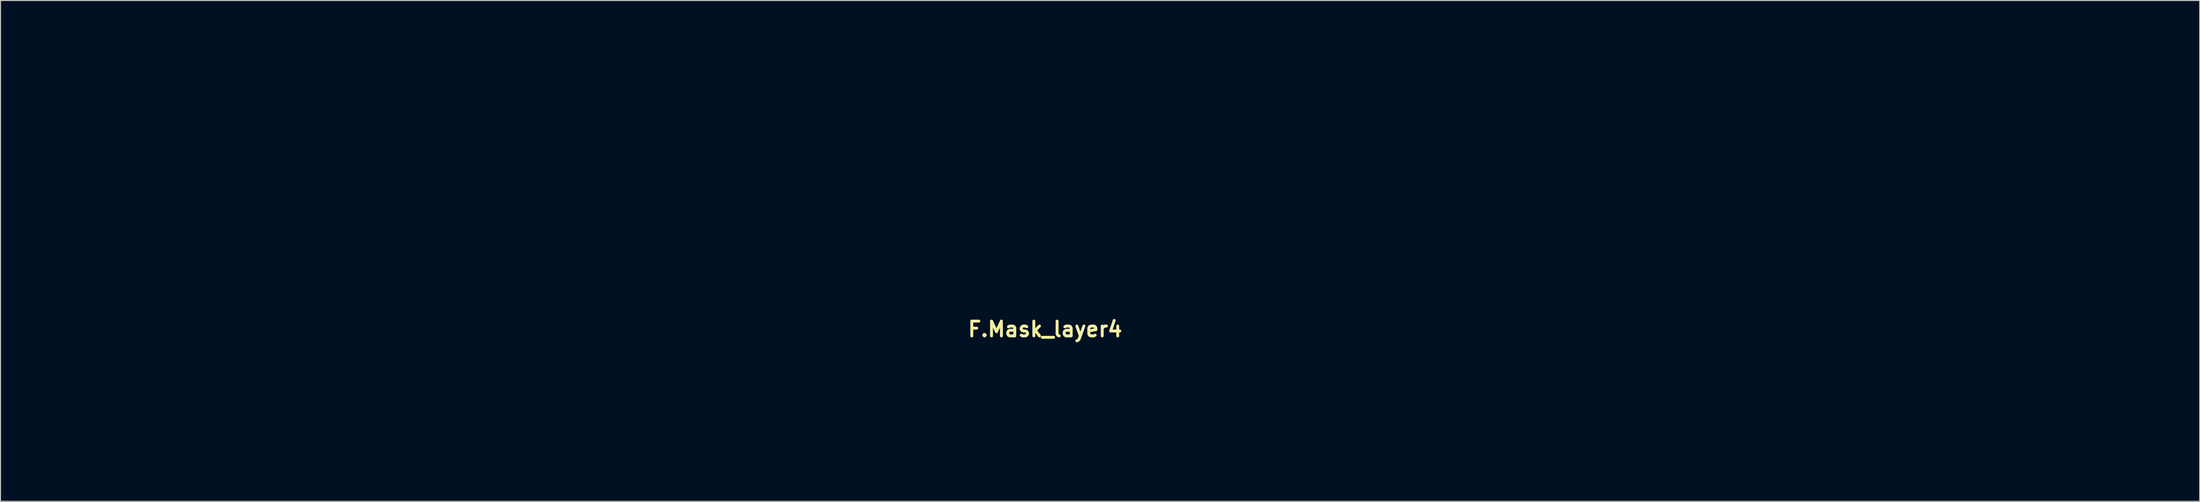
<source format=kicad_pcb>
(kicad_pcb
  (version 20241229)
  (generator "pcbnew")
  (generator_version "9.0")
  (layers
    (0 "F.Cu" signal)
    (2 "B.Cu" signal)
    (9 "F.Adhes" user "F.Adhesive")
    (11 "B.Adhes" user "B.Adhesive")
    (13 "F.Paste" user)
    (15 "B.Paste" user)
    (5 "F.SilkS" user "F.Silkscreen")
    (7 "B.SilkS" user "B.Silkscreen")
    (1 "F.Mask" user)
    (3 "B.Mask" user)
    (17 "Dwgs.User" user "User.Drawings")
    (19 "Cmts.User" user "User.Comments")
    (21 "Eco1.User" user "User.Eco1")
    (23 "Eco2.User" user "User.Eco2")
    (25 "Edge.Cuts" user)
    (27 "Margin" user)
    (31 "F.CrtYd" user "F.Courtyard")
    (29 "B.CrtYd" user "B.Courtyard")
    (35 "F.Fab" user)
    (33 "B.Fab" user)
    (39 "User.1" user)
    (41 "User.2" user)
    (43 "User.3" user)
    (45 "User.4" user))
  (footprint "F.Mask_layer4"
    (layer "F.Cu")
    (at 104.545 30.886)
    (property "Reference" "F.Mask_layer4" (at 0 0 0) (layer "F.SilkS") (effects (font (size 1.524 1.524) (thickness 0.3))))
    (attr through_hole)
    (fp_poly (pts (xy -7.574 13.698) (xy -7.453 13.754) (xy -7.349 13.838) (xy -7.269 13.947) (xy -7.218 14.08) (xy -7.216 14.086) (xy -7.203 14.23) (xy -7.227 14.363) (xy -7.282 14.482) (xy -7.365 14.583) (xy -7.468 14.661) (xy -7.588 14.713) (xy -7.72 14.734) (xy -7.857 14.721) (xy -7.971 14.682) (xy -8.089 14.605) (xy -8.179 14.504) (xy -8.239 14.385) (xy -8.268 14.256) (xy -8.265 14.123) (xy -8.23 13.993) (xy -8.161 13.874) (xy -8.087 13.796) (xy -7.967 13.719) (xy -7.837 13.678) (xy -7.704 13.672) (xy -7.574 13.698)) (stroke (width 0.01) (type solid)) (fill yes) (layer "F.Mask"))
    (fp_poly (pts (xy -5.082 13.67) (xy -4.966 13.711) (xy -4.861 13.778) (xy -4.774 13.867) (xy -4.709 13.975) (xy -4.671 14.099) (xy -4.664 14.236) (xy -4.687 14.36) (xy -4.744 14.484) (xy -4.832 14.588) (xy -4.943 14.666) (xy -5.069 14.716) (xy -5.204 14.732) (xy -5.334 14.712) (xy -5.471 14.651) (xy -5.58 14.564) (xy -5.661 14.456) (xy -5.711 14.333) (xy -5.73 14.203) (xy -5.714 14.07) (xy -5.664 13.943) (xy -5.576 13.825) (xy -5.57 13.819) (xy -5.454 13.729) (xy -5.331 13.676) (xy -5.206 13.657) (xy -5.082 13.67)) (stroke (width 0.01) (type solid)) (fill yes) (layer "F.Mask"))
    (fp_poly (pts (xy -6.341 12.405) (xy -6.216 12.452) (xy -6.106 12.529) (xy -6.017 12.635) (xy -5.978 12.711) (xy -5.949 12.823) (xy -5.943 12.951) (xy -5.961 13.075) (xy -5.989 13.152) (xy -6.07 13.273) (xy -6.177 13.367) (xy -6.305 13.428) (xy -6.445 13.455) (xy -6.589 13.443) (xy -6.597 13.442) (xy -6.731 13.39) (xy -6.84 13.31) (xy -6.923 13.206) (xy -6.978 13.087) (xy -7.003 12.957) (xy -6.996 12.825) (xy -6.956 12.696) (xy -6.88 12.576) (xy -6.846 12.538) (xy -6.733 12.453) (xy -6.607 12.404) (xy -6.474 12.388) (xy -6.341 12.405)) (stroke (width 0.01) (type solid)) (fill yes) (layer "F.Mask"))
    (fp_poly (pts (xy -88.504 -8.431) (xy -88.366 -8.379) (xy -88.245 -8.297) (xy -88.146 -8.187) (xy -88.076 -8.051) (xy -88.064 -8.015) (xy -88.035 -7.853) (xy -88.045 -7.696) (xy -88.092 -7.551) (xy -88.172 -7.422) (xy -88.284 -7.316) (xy -88.374 -7.262) (xy -88.521 -7.21) (xy -88.676 -7.193) (xy -88.829 -7.211) (xy -88.934 -7.247) (xy -89.067 -7.33) (xy -89.171 -7.436) (xy -89.244 -7.56) (xy -89.287 -7.695) (xy -89.3 -7.835) (xy -89.283 -7.974) (xy -89.234 -8.107) (xy -89.155 -8.227) (xy -89.046 -8.328) (xy -88.955 -8.383) (xy -88.804 -8.436) (xy -88.652 -8.451) (xy -88.504 -8.431)) (stroke (width 0.01) (type solid)) (fill yes) (layer "F.Mask"))
    (fp_poly (pts (xy -103.748 -8.433) (xy -103.613 -8.382) (xy -103.495 -8.303) (xy -103.397 -8.199) (xy -103.325 -8.074) (xy -103.283 -7.931) (xy -103.277 -7.773) (xy -103.278 -7.767) (xy -103.292 -7.679) (xy -103.317 -7.589) (xy -103.331 -7.552) (xy -103.409 -7.424) (xy -103.516 -7.322) (xy -103.644 -7.248) (xy -103.787 -7.205) (xy -103.938 -7.194) (xy -104.09 -7.219) (xy -104.201 -7.262) (xy -104.33 -7.348) (xy -104.428 -7.457) (xy -104.496 -7.582) (xy -104.533 -7.718) (xy -104.54 -7.859) (xy -104.516 -7.998) (xy -104.462 -8.13) (xy -104.377 -8.247) (xy -104.262 -8.344) (xy -104.195 -8.383) (xy -104.044 -8.436) (xy -103.893 -8.452) (xy -103.748 -8.433)) (stroke (width 0.01) (type solid)) (fill yes) (layer "F.Mask"))
    (fp_poly (pts (xy -103.737 -13.509) (xy -103.606 -13.458) (xy -103.49 -13.379) (xy -103.393 -13.274) (xy -103.32 -13.142) (xy -103.301 -13.084) (xy -103.275 -12.926) (xy -103.289 -12.771) (xy -103.339 -12.625) (xy -103.422 -12.496) (xy -103.535 -12.39) (xy -103.641 -12.327) (xy -103.771 -12.287) (xy -103.916 -12.274) (xy -104.061 -12.29) (xy -104.174 -12.327) (xy -104.315 -12.413) (xy -104.42 -12.521) (xy -104.491 -12.654) (xy -104.526 -12.811) (xy -104.531 -12.903) (xy -104.529 -12.997) (xy -104.52 -13.067) (xy -104.5 -13.129) (xy -104.468 -13.198) (xy -104.381 -13.326) (xy -104.273 -13.423) (xy -104.148 -13.489) (xy -104.013 -13.525) (xy -103.874 -13.531) (xy -103.737 -13.509)) (stroke (width 0.01) (type solid)) (fill yes) (layer "F.Mask"))
    (fp_poly (pts (xy -103.718 -16.047) (xy -103.585 -15.991) (xy -103.467 -15.903) (xy -103.382 -15.801) (xy -103.311 -15.658) (xy -103.278 -15.509) (xy -103.281 -15.358) (xy -103.318 -15.213) (xy -103.388 -15.081) (xy -103.489 -14.967) (xy -103.618 -14.878) (xy -103.641 -14.867) (xy -103.771 -14.827) (xy -103.916 -14.814) (xy -104.061 -14.83) (xy -104.174 -14.867) (xy -104.315 -14.953) (xy -104.42 -15.061) (xy -104.491 -15.194) (xy -104.526 -15.351) (xy -104.531 -15.443) (xy -104.529 -15.537) (xy -104.52 -15.607) (xy -104.5 -15.669) (xy -104.468 -15.738) (xy -104.381 -15.865) (xy -104.271 -15.962) (xy -104.143 -16.029) (xy -104.004 -16.066) (xy -103.86 -16.072) (xy -103.718 -16.047)) (stroke (width 0.01) (type solid)) (fill yes) (layer "F.Mask"))
    (fp_poly (pts (xy -103.747 -10.973) (xy -103.613 -10.922) (xy -103.494 -10.843) (xy -103.397 -10.738) (xy -103.325 -10.613) (xy -103.283 -10.469) (xy -103.278 -10.309) (xy -103.278 -10.305) (xy -103.313 -10.145) (xy -103.384 -10.004) (xy -103.488 -9.886) (xy -103.622 -9.796) (xy -103.64 -9.787) (xy -103.72 -9.757) (xy -103.802 -9.741) (xy -103.907 -9.737) (xy -104.013 -9.742) (xy -104.095 -9.757) (xy -104.174 -9.787) (xy -104.307 -9.87) (xy -104.411 -9.976) (xy -104.484 -10.1) (xy -104.527 -10.235) (xy -104.54 -10.375) (xy -104.523 -10.514) (xy -104.474 -10.647) (xy -104.395 -10.767) (xy -104.286 -10.868) (xy -104.195 -10.923) (xy -104.043 -10.976) (xy -103.892 -10.992) (xy -103.747 -10.973)) (stroke (width 0.01) (type solid)) (fill yes) (layer "F.Mask"))
    (fp_poly (pts (xy -88.551 -16.063) (xy -88.413 -16.022) (xy -88.287 -15.95) (xy -88.18 -15.849) (xy -88.107 -15.738) (xy -88.073 -15.666) (xy -88.054 -15.604) (xy -88.045 -15.533) (xy -88.043 -15.443) (xy -88.056 -15.288) (xy -88.097 -15.158) (xy -88.171 -15.044) (xy -88.218 -14.992) (xy -88.337 -14.902) (xy -88.476 -14.842) (xy -88.627 -14.815) (xy -88.78 -14.821) (xy -88.923 -14.863) (xy -88.933 -14.867) (xy -89.067 -14.951) (xy -89.172 -15.061) (xy -89.247 -15.191) (xy -89.29 -15.335) (xy -89.298 -15.485) (xy -89.271 -15.635) (xy -89.206 -15.779) (xy -89.192 -15.801) (xy -89.092 -15.917) (xy -88.971 -16) (xy -88.837 -16.052) (xy -88.695 -16.073) (xy -88.551 -16.063)) (stroke (width 0.01) (type solid)) (fill yes) (layer "F.Mask"))
    (fp_poly (pts (xy -88.508 -10.973) (xy -88.373 -10.922) (xy -88.255 -10.843) (xy -88.157 -10.739) (xy -88.085 -10.614) (xy -88.043 -10.471) (xy -88.037 -10.313) (xy -88.038 -10.307) (xy -88.072 -10.145) (xy -88.143 -10.004) (xy -88.247 -9.886) (xy -88.382 -9.796) (xy -88.4 -9.787) (xy -88.48 -9.757) (xy -88.562 -9.741) (xy -88.667 -9.737) (xy -88.773 -9.742) (xy -88.855 -9.757) (xy -88.934 -9.787) (xy -89.067 -9.87) (xy -89.171 -9.976) (xy -89.244 -10.1) (xy -89.287 -10.235) (xy -89.3 -10.375) (xy -89.283 -10.514) (xy -89.234 -10.647) (xy -89.155 -10.767) (xy -89.046 -10.868) (xy -88.955 -10.923) (xy -88.804 -10.976) (xy -88.653 -10.992) (xy -88.508 -10.973)) (stroke (width 0.01) (type solid)) (fill yes) (layer "F.Mask"))
    (fp_poly (pts (xy -88.506 -13.513) (xy -88.372 -13.462) (xy -88.253 -13.383) (xy -88.156 -13.279) (xy -88.084 -13.153) (xy -88.043 -13.009) (xy -88.038 -12.851) (xy -88.038 -12.847) (xy -88.072 -12.685) (xy -88.143 -12.544) (xy -88.247 -12.426) (xy -88.382 -12.336) (xy -88.4 -12.327) (xy -88.48 -12.297) (xy -88.562 -12.281) (xy -88.667 -12.277) (xy -88.773 -12.282) (xy -88.855 -12.297) (xy -88.934 -12.327) (xy -89.068 -12.41) (xy -89.171 -12.517) (xy -89.244 -12.64) (xy -89.287 -12.775) (xy -89.3 -12.916) (xy -89.282 -13.055) (xy -89.233 -13.188) (xy -89.154 -13.308) (xy -89.043 -13.41) (xy -88.953 -13.464) (xy -88.801 -13.517) (xy -88.651 -13.533) (xy -88.506 -13.513)) (stroke (width 0.01) (type solid)) (fill yes) (layer "F.Mask"))
    (fp_poly (pts (xy -103.741 -26.213) (xy -103.594 -26.158) (xy -103.47 -26.069) (xy -103.372 -25.946) (xy -103.342 -25.892) (xy -103.298 -25.764) (xy -103.279 -25.622) (xy -103.287 -25.481) (xy -103.321 -25.356) (xy -103.331 -25.334) (xy -103.407 -25.217) (xy -103.508 -25.112) (xy -103.621 -25.035) (xy -103.621 -25.034) (xy -103.692 -25.01) (xy -103.789 -24.992) (xy -103.897 -24.982) (xy -103.999 -24.981) (xy -104.081 -24.991) (xy -104.098 -24.995) (xy -104.242 -25.063) (xy -104.361 -25.161) (xy -104.452 -25.283) (xy -104.513 -25.422) (xy -104.539 -25.572) (xy -104.529 -25.727) (xy -104.499 -25.832) (xy -104.424 -25.976) (xy -104.32 -26.091) (xy -104.191 -26.173) (xy -104.04 -26.221) (xy -103.907 -26.232) (xy -103.741 -26.213)) (stroke (width 0.01) (type solid)) (fill yes) (layer "F.Mask"))
    (fp_poly (pts (xy 78.769 -11.916) (xy 78.926 -11.879) (xy 79.068 -11.81) (xy 79.186 -11.711) (xy 79.273 -11.603) (xy 79.328 -11.495) (xy 79.356 -11.374) (xy 79.364 -11.239) (xy 79.361 -11.132) (xy 79.349 -11.051) (xy 79.328 -10.982) (xy 79.318 -10.961) (xy 79.231 -10.819) (xy 79.115 -10.705) (xy 78.976 -10.62) (xy 78.821 -10.569) (xy 78.656 -10.555) (xy 78.565 -10.564) (xy 78.41 -10.609) (xy 78.275 -10.687) (xy 78.163 -10.793) (xy 78.078 -10.921) (xy 78.023 -11.065) (xy 78.001 -11.22) (xy 78.014 -11.381) (xy 78.044 -11.487) (xy 78.104 -11.604) (xy 78.193 -11.714) (xy 78.299 -11.807) (xy 78.411 -11.873) (xy 78.442 -11.885) (xy 78.605 -11.919) (xy 78.769 -11.916)) (stroke (width 0.01) (type solid)) (fill yes) (layer "F.Mask"))
    (fp_poly (pts (xy 111.887 -25.896) (xy 112.044 -25.851) (xy 112.183 -25.768) (xy 112.301 -25.648) (xy 112.338 -25.597) (xy 112.41 -25.453) (xy 112.444 -25.3) (xy 112.442 -25.145) (xy 112.408 -24.994) (xy 112.341 -24.854) (xy 112.245 -24.731) (xy 112.121 -24.633) (xy 112.044 -24.592) (xy 111.959 -24.566) (xy 111.853 -24.548) (xy 111.742 -24.54) (xy 111.644 -24.543) (xy 111.601 -24.551) (xy 111.444 -24.613) (xy 111.307 -24.708) (xy 111.196 -24.832) (xy 111.157 -24.895) (xy 111.109 -25.02) (xy 111.085 -25.164) (xy 111.085 -25.313) (xy 111.112 -25.45) (xy 111.117 -25.466) (xy 111.19 -25.608) (xy 111.294 -25.728) (xy 111.425 -25.82) (xy 111.575 -25.881) (xy 111.711 -25.903) (xy 111.887 -25.896)) (stroke (width 0.01) (type solid)) (fill yes) (layer "F.Mask"))
    (fp_poly (pts (xy -103.819 -28.772) (xy -103.709 -28.753) (xy -103.69 -28.747) (xy -103.557 -28.68) (xy -103.445 -28.581) (xy -103.359 -28.458) (xy -103.302 -28.318) (xy -103.277 -28.167) (xy -103.288 -28.013) (xy -103.301 -27.957) (xy -103.35 -27.846) (xy -103.428 -27.736) (xy -103.523 -27.641) (xy -103.619 -27.575) (xy -103.691 -27.55) (xy -103.789 -27.532) (xy -103.898 -27.522) (xy -104.001 -27.521) (xy -104.083 -27.531) (xy -104.098 -27.535) (xy -104.242 -27.603) (xy -104.361 -27.701) (xy -104.452 -27.823) (xy -104.513 -27.962) (xy -104.539 -28.112) (xy -104.529 -28.267) (xy -104.499 -28.372) (xy -104.43 -28.502) (xy -104.33 -28.617) (xy -104.21 -28.706) (xy -104.165 -28.729) (xy -104.065 -28.759) (xy -103.943 -28.773) (xy -103.819 -28.772)) (stroke (width 0.01) (type solid)) (fill yes) (layer "F.Mask"))
    (fp_poly (pts (xy -103.802 -23.686) (xy -103.666 -23.649) (xy -103.54 -23.582) (xy -103.432 -23.484) (xy -103.347 -23.358) (xy -103.313 -23.286) (xy -103.294 -23.224) (xy -103.285 -23.153) (xy -103.283 -23.063) (xy -103.294 -22.916) (xy -103.33 -22.794) (xy -103.396 -22.686) (xy -103.458 -22.618) (xy -103.553 -22.535) (xy -103.651 -22.482) (xy -103.766 -22.454) (xy -103.875 -22.444) (xy -103.963 -22.443) (xy -104.04 -22.447) (xy -104.092 -22.454) (xy -104.098 -22.455) (xy -104.242 -22.523) (xy -104.361 -22.621) (xy -104.452 -22.743) (xy -104.513 -22.882) (xy -104.539 -23.032) (xy -104.529 -23.187) (xy -104.499 -23.292) (xy -104.427 -23.429) (xy -104.33 -23.538) (xy -104.212 -23.619) (xy -104.081 -23.67) (xy -103.942 -23.693) (xy -103.802 -23.686)) (stroke (width 0.01) (type solid)) (fill yes) (layer "F.Mask"))
    (fp_poly (pts (xy -8.844 12.423) (xy -8.711 12.478) (xy -8.601 12.567) (xy -8.517 12.687) (xy -8.506 12.71) (xy -8.478 12.81) (xy -8.468 12.929) (xy -8.476 13.048) (xy -8.504 13.149) (xy -8.506 13.155) (xy -8.557 13.236) (xy -8.632 13.317) (xy -8.716 13.386) (xy -8.798 13.432) (xy -8.819 13.439) (xy -8.926 13.456) (xy -9.048 13.457) (xy -9.16 13.442) (xy -9.186 13.434) (xy -9.256 13.398) (xy -9.334 13.336) (xy -9.408 13.26) (xy -9.468 13.181) (xy -9.502 13.111) (xy -9.502 13.111) (xy -9.527 12.955) (xy -9.514 12.809) (xy -9.468 12.68) (xy -9.392 12.569) (xy -9.289 12.484) (xy -9.161 12.428) (xy -9.013 12.405) (xy -8.996 12.405) (xy -8.844 12.423)) (stroke (width 0.01) (type solid)) (fill yes) (layer "F.Mask"))
    (fp_poly (pts (xy -103.718 -18.587) (xy -103.585 -18.531) (xy -103.467 -18.443) (xy -103.382 -18.341) (xy -103.311 -18.198) (xy -103.278 -18.049) (xy -103.281 -17.898) (xy -103.318 -17.753) (xy -103.388 -17.621) (xy -103.489 -17.507) (xy -103.618 -17.418) (xy -103.641 -17.407) (xy -103.72 -17.377) (xy -103.803 -17.361) (xy -103.907 -17.357) (xy -104.013 -17.362) (xy -104.096 -17.377) (xy -104.173 -17.407) (xy -104.305 -17.491) (xy -104.416 -17.605) (xy -104.483 -17.714) (xy -104.51 -17.78) (xy -104.525 -17.851) (xy -104.531 -17.942) (xy -104.532 -17.983) (xy -104.529 -18.077) (xy -104.52 -18.147) (xy -104.5 -18.21) (xy -104.468 -18.278) (xy -104.381 -18.405) (xy -104.271 -18.502) (xy -104.143 -18.569) (xy -104.004 -18.606) (xy -103.86 -18.612) (xy -103.718 -18.587)) (stroke (width 0.01) (type solid)) (fill yes) (layer "F.Mask"))
    (fp_poly (pts (xy -88.5 -26.215) (xy -88.355 -26.16) (xy -88.231 -26.07) (xy -88.133 -25.947) (xy -88.102 -25.892) (xy -88.058 -25.764) (xy -88.039 -25.622) (xy -88.047 -25.481) (xy -88.081 -25.356) (xy -88.091 -25.334) (xy -88.167 -25.217) (xy -88.268 -25.112) (xy -88.381 -25.035) (xy -88.381 -25.034) (xy -88.452 -25.01) (xy -88.549 -24.992) (xy -88.657 -24.982) (xy -88.759 -24.981) (xy -88.841 -24.991) (xy -88.858 -24.995) (xy -88.999 -25.063) (xy -89.123 -25.164) (xy -89.22 -25.291) (xy -89.244 -25.334) (xy -89.283 -25.455) (xy -89.296 -25.594) (xy -89.282 -25.736) (xy -89.243 -25.868) (xy -89.232 -25.892) (xy -89.144 -26.026) (xy -89.03 -26.129) (xy -88.892 -26.197) (xy -88.732 -26.23) (xy -88.666 -26.233) (xy -88.5 -26.215)) (stroke (width 0.01) (type solid)) (fill yes) (layer "F.Mask"))
    (fp_poly (pts (xy 10.152 -3.607) (xy 10.224 -3.598) (xy 10.286 -3.58) (xy 10.355 -3.55) (xy 10.494 -3.459) (xy 10.605 -3.341) (xy 10.684 -3.202) (xy 10.73 -3.048) (xy 10.739 -2.885) (xy 10.71 -2.718) (xy 10.702 -2.693) (xy 10.645 -2.578) (xy 10.559 -2.467) (xy 10.455 -2.372) (xy 10.346 -2.307) (xy 10.232 -2.272) (xy 10.103 -2.253) (xy 9.974 -2.251) (xy 9.862 -2.269) (xy 9.849 -2.273) (xy 9.693 -2.345) (xy 9.565 -2.448) (xy 9.464 -2.584) (xy 9.43 -2.65) (xy 9.383 -2.802) (xy 9.372 -2.96) (xy 9.397 -3.118) (xy 9.455 -3.265) (xy 9.545 -3.393) (xy 9.582 -3.431) (xy 9.69 -3.517) (xy 9.799 -3.572) (xy 9.92 -3.601) (xy 10.054 -3.609) (xy 10.152 -3.607)) (stroke (width 0.01) (type solid)) (fill yes) (layer "F.Mask"))
    (fp_poly (pts (xy 105.541 -8.113) (xy 105.688 -8.053) (xy 105.818 -7.963) (xy 105.924 -7.846) (xy 105.984 -7.742) (xy 106.024 -7.607) (xy 106.038 -7.457) (xy 106.025 -7.306) (xy 105.985 -7.171) (xy 105.976 -7.151) (xy 105.885 -7.013) (xy 105.761 -6.897) (xy 105.66 -6.834) (xy 105.583 -6.807) (xy 105.48 -6.788) (xy 105.365 -6.779) (xy 105.254 -6.779) (xy 105.163 -6.79) (xy 105.143 -6.795) (xy 105.087 -6.819) (xy 105.017 -6.857) (xy 104.974 -6.884) (xy 104.849 -6.991) (xy 104.757 -7.116) (xy 104.699 -7.253) (xy 104.673 -7.397) (xy 104.678 -7.543) (xy 104.712 -7.684) (xy 104.775 -7.816) (xy 104.865 -7.933) (xy 104.982 -8.029) (xy 105.124 -8.099) (xy 105.227 -8.128) (xy 105.385 -8.139) (xy 105.541 -8.113)) (stroke (width 0.01) (type solid)) (fill yes) (layer "F.Mask"))
    (fp_poly (pts (xy -88.506 -18.594) (xy -88.36 -18.537) (xy -88.234 -18.447) (xy -88.134 -18.327) (xy -88.107 -18.278) (xy -88.073 -18.206) (xy -88.054 -18.144) (xy -88.045 -18.073) (xy -88.043 -17.983) (xy -88.054 -17.835) (xy -88.091 -17.713) (xy -88.158 -17.603) (xy -88.216 -17.537) (xy -88.334 -17.441) (xy -88.47 -17.382) (xy -88.627 -17.358) (xy -88.667 -17.357) (xy -88.773 -17.362) (xy -88.856 -17.377) (xy -88.933 -17.407) (xy -89.065 -17.491) (xy -89.176 -17.605) (xy -89.243 -17.714) (xy -89.27 -17.78) (xy -89.285 -17.851) (xy -89.291 -17.942) (xy -89.292 -17.983) (xy -89.289 -18.077) (xy -89.28 -18.147) (xy -89.26 -18.21) (xy -89.228 -18.278) (xy -89.138 -18.409) (xy -89.021 -18.51) (xy -88.881 -18.578) (xy -88.725 -18.611) (xy -88.667 -18.614) (xy -88.506 -18.594)) (stroke (width 0.01) (type solid)) (fill yes) (layer "F.Mask"))
    (fp_poly (pts (xy 115.34 1.359) (xy 115.464 1.4) (xy 115.609 1.491) (xy 115.726 1.613) (xy 115.8 1.736) (xy 115.842 1.862) (xy 115.859 2.005) (xy 115.852 2.149) (xy 115.82 2.279) (xy 115.804 2.318) (xy 115.713 2.458) (xy 115.594 2.57) (xy 115.456 2.651) (xy 115.303 2.699) (xy 115.141 2.711) (xy 114.979 2.685) (xy 114.921 2.665) (xy 114.787 2.592) (xy 114.668 2.488) (xy 114.575 2.361) (xy 114.56 2.333) (xy 114.531 2.267) (xy 114.513 2.207) (xy 114.504 2.139) (xy 114.501 2.048) (xy 114.501 2.021) (xy 114.503 1.923) (xy 114.51 1.853) (xy 114.525 1.796) (xy 114.55 1.738) (xy 114.559 1.72) (xy 114.658 1.575) (xy 114.784 1.461) (xy 114.891 1.4) (xy 115.032 1.355) (xy 115.187 1.342) (xy 115.34 1.359)) (stroke (width 0.01) (type solid)) (fill yes) (layer "F.Mask"))
    (fp_poly (pts (xy -88.508 -23.676) (xy -88.362 -23.619) (xy -88.236 -23.528) (xy -88.135 -23.408) (xy -88.107 -23.358) (xy -88.073 -23.286) (xy -88.054 -23.224) (xy -88.045 -23.153) (xy -88.043 -23.063) (xy -88.054 -22.916) (xy -88.09 -22.794) (xy -88.156 -22.686) (xy -88.218 -22.618) (xy -88.313 -22.535) (xy -88.411 -22.482) (xy -88.526 -22.454) (xy -88.635 -22.444) (xy -88.723 -22.443) (xy -88.8 -22.447) (xy -88.852 -22.454) (xy -88.858 -22.455) (xy -88.999 -22.523) (xy -89.123 -22.624) (xy -89.22 -22.751) (xy -89.244 -22.794) (xy -89.271 -22.861) (xy -89.286 -22.932) (xy -89.291 -23.024) (xy -89.292 -23.063) (xy -89.289 -23.157) (xy -89.28 -23.227) (xy -89.26 -23.29) (xy -89.228 -23.358) (xy -89.139 -23.488) (xy -89.021 -23.59) (xy -88.882 -23.659) (xy -88.726 -23.693) (xy -88.667 -23.695) (xy -88.508 -23.676)) (stroke (width 0.01) (type solid)) (fill yes) (layer "F.Mask"))
    (fp_poly (pts (xy -88.508 -21.136) (xy -88.362 -21.079) (xy -88.236 -20.988) (xy -88.135 -20.868) (xy -88.107 -20.818) (xy -88.073 -20.746) (xy -88.054 -20.684) (xy -88.045 -20.613) (xy -88.043 -20.523) (xy -88.054 -20.375) (xy -88.091 -20.252) (xy -88.159 -20.142) (xy -88.214 -20.079) (xy -88.311 -19.995) (xy -88.415 -19.941) (xy -88.538 -19.912) (xy -88.635 -19.904) (xy -88.723 -19.903) (xy -88.8 -19.907) (xy -88.852 -19.914) (xy -88.858 -19.915) (xy -88.999 -19.983) (xy -89.123 -20.084) (xy -89.22 -20.211) (xy -89.244 -20.254) (xy -89.271 -20.321) (xy -89.286 -20.392) (xy -89.291 -20.484) (xy -89.292 -20.523) (xy -89.289 -20.617) (xy -89.28 -20.687) (xy -89.26 -20.75) (xy -89.228 -20.818) (xy -89.139 -20.948) (xy -89.021 -21.05) (xy -88.882 -21.119) (xy -88.726 -21.153) (xy -88.667 -21.155) (xy -88.508 -21.136)) (stroke (width 0.01) (type solid)) (fill yes) (layer "F.Mask"))
    (fp_poly (pts (xy 0.033 -15.661) (xy 0.166 -15.62) (xy 0.171 -15.618) (xy 0.316 -15.528) (xy 0.434 -15.406) (xy 0.503 -15.298) (xy 0.531 -15.237) (xy 0.549 -15.181) (xy 0.558 -15.116) (xy 0.561 -15.027) (xy 0.561 -14.997) (xy 0.559 -14.897) (xy 0.552 -14.825) (xy 0.536 -14.765) (xy 0.51 -14.702) (xy 0.502 -14.685) (xy 0.413 -14.55) (xy 0.297 -14.442) (xy 0.159 -14.365) (xy 0.006 -14.319) (xy -0.154 -14.308) (xy -0.317 -14.334) (xy -0.38 -14.355) (xy -0.497 -14.419) (xy -0.607 -14.514) (xy -0.7 -14.629) (xy -0.74 -14.7) (xy -0.778 -14.817) (xy -0.795 -14.954) (xy -0.79 -15.096) (xy -0.763 -15.226) (xy -0.745 -15.274) (xy -0.676 -15.386) (xy -0.58 -15.493) (xy -0.468 -15.582) (xy -0.392 -15.624) (xy -0.262 -15.663) (xy -0.115 -15.676) (xy 0.033 -15.661)) (stroke (width 0.01) (type solid)) (fill yes) (layer "F.Mask"))
    (fp_poly (pts (xy 0.629 0.224) (xy 0.7 0.23) (xy 0.755 0.242) (xy 0.808 0.264) (xy 0.836 0.279) (xy 0.978 0.377) (xy 1.091 0.507) (xy 1.155 0.621) (xy 1.183 0.688) (xy 1.199 0.745) (xy 1.205 0.808) (xy 1.204 0.892) (xy 1.203 0.928) (xy 1.195 1.03) (xy 1.182 1.105) (xy 1.16 1.169) (xy 1.132 1.225) (xy 1.038 1.356) (xy 0.916 1.46) (xy 0.774 1.535) (xy 0.619 1.577) (xy 0.459 1.582) (xy 0.338 1.56) (xy 0.187 1.497) (xy 0.062 1.405) (xy -0.037 1.29) (xy -0.108 1.157) (xy -0.149 1.013) (xy -0.159 0.863) (xy -0.137 0.713) (xy -0.08 0.57) (xy 0.012 0.438) (xy 0.039 0.41) (xy 0.136 0.325) (xy 0.233 0.269) (xy 0.342 0.237) (xy 0.475 0.224) (xy 0.529 0.223) (xy 0.629 0.224)) (stroke (width 0.01) (type solid)) (fill yes) (layer "F.Mask"))
    (fp_poly (pts (xy -103.725 -21.129) (xy -103.593 -21.074) (xy -103.475 -20.989) (xy -103.378 -20.873) (xy -103.347 -20.818) (xy -103.313 -20.746) (xy -103.294 -20.684) (xy -103.285 -20.613) (xy -103.283 -20.523) (xy -103.294 -20.376) (xy -103.33 -20.254) (xy -103.396 -20.146) (xy -103.458 -20.078) (xy -103.549 -19.998) (xy -103.642 -19.946) (xy -103.75 -19.916) (xy -103.886 -19.902) (xy -103.886 -19.902) (xy -103.981 -19.9) (xy -104.05 -19.904) (xy -104.106 -19.918) (xy -104.165 -19.942) (xy -104.173 -19.946) (xy -104.307 -20.032) (xy -104.419 -20.149) (xy -104.483 -20.254) (xy -104.51 -20.32) (xy -104.525 -20.391) (xy -104.531 -20.482) (xy -104.532 -20.522) (xy -104.529 -20.617) (xy -104.52 -20.687) (xy -104.5 -20.75) (xy -104.468 -20.818) (xy -104.381 -20.946) (xy -104.271 -21.044) (xy -104.144 -21.111) (xy -104.007 -21.147) (xy -103.865 -21.153) (xy -103.725 -21.129)) (stroke (width 0.01) (type solid)) (fill yes) (layer "F.Mask"))
    (fp_poly (pts (xy 109.342 -26.205) (xy 109.478 -26.166) (xy 109.499 -26.156) (xy 109.637 -26.065) (xy 109.754 -25.94) (xy 109.817 -25.84) (xy 109.84 -25.79) (xy 109.855 -25.738) (xy 109.863 -25.673) (xy 109.865 -25.581) (xy 109.866 -25.538) (xy 109.864 -25.433) (xy 109.859 -25.359) (xy 109.847 -25.304) (xy 109.827 -25.254) (xy 109.817 -25.235) (xy 109.718 -25.087) (xy 109.596 -24.976) (xy 109.453 -24.901) (xy 109.288 -24.862) (xy 109.223 -24.857) (xy 109.137 -24.856) (xy 109.061 -24.86) (xy 109.011 -24.867) (xy 109.008 -24.868) (xy 108.861 -24.937) (xy 108.728 -25.036) (xy 108.621 -25.158) (xy 108.56 -25.262) (xy 108.525 -25.379) (xy 108.511 -25.514) (xy 108.517 -25.652) (xy 108.545 -25.774) (xy 108.558 -25.807) (xy 108.625 -25.918) (xy 108.717 -26.025) (xy 108.822 -26.114) (xy 108.909 -26.165) (xy 109.042 -26.205) (xy 109.192 -26.219) (xy 109.342 -26.205)) (stroke (width 0.01) (type solid)) (fill yes) (layer "F.Mask"))
    (fp_poly (pts (xy -5.08 -5.512) (xy -5.011 -5.503) (xy -4.948 -5.483) (xy -4.872 -5.448) (xy -4.856 -5.44) (xy -4.72 -5.35) (xy -4.616 -5.24) (xy -4.544 -5.115) (xy -4.502 -4.98) (xy -4.488 -4.84) (xy -4.502 -4.7) (xy -4.543 -4.566) (xy -4.609 -4.442) (xy -4.698 -4.334) (xy -4.811 -4.246) (xy -4.944 -4.184) (xy -5.098 -4.153) (xy -5.171 -4.15) (xy -5.261 -4.156) (xy -5.351 -4.17) (xy -5.397 -4.181) (xy -5.531 -4.244) (xy -5.652 -4.342) (xy -5.752 -4.467) (xy -5.777 -4.508) (xy -5.814 -4.581) (xy -5.837 -4.639) (xy -5.848 -4.699) (xy -5.852 -4.776) (xy -5.852 -4.826) (xy -5.85 -4.926) (xy -5.841 -5.001) (xy -5.822 -5.065) (xy -5.797 -5.122) (xy -5.705 -5.267) (xy -5.583 -5.385) (xy -5.461 -5.459) (xy -5.388 -5.489) (xy -5.319 -5.506) (xy -5.235 -5.513) (xy -5.173 -5.514) (xy -5.08 -5.512)) (stroke (width 0.01) (type solid)) (fill yes) (layer "F.Mask"))
    (fp_poly (pts (xy 12.694 -27.081) (xy 12.766 -27.075) (xy 12.822 -27.062) (xy 12.875 -27.04) (xy 12.902 -27.026) (xy 12.996 -26.964) (xy 13.089 -26.881) (xy 13.167 -26.79) (xy 13.22 -26.703) (xy 13.221 -26.699) (xy 13.269 -26.535) (xy 13.278 -26.372) (xy 13.252 -26.214) (xy 13.193 -26.068) (xy 13.102 -25.94) (xy 12.982 -25.836) (xy 12.878 -25.778) (xy 12.772 -25.746) (xy 12.646 -25.728) (xy 12.518 -25.727) (xy 12.407 -25.744) (xy 12.403 -25.745) (xy 12.249 -25.81) (xy 12.119 -25.909) (xy 12.014 -26.042) (xy 11.967 -26.129) (xy 11.933 -26.239) (xy 11.917 -26.371) (xy 11.92 -26.508) (xy 11.944 -26.634) (xy 11.951 -26.656) (xy 12 -26.755) (xy 12.079 -26.857) (xy 12.174 -26.95) (xy 12.276 -27.021) (xy 12.285 -27.026) (xy 12.342 -27.053) (xy 12.395 -27.07) (xy 12.458 -27.079) (xy 12.543 -27.082) (xy 12.594 -27.083) (xy 12.694 -27.081)) (stroke (width 0.01) (type solid)) (fill yes) (layer "F.Mask"))
    (fp_poly (pts (xy 1.288 -30.878) (xy 1.346 -30.865) (xy 1.407 -30.842) (xy 1.432 -30.831) (xy 1.583 -30.74) (xy 1.705 -30.619) (xy 1.774 -30.512) (xy 1.802 -30.455) (xy 1.819 -30.403) (xy 1.827 -30.34) (xy 1.831 -30.255) (xy 1.831 -30.205) (xy 1.829 -30.101) (xy 1.822 -30.026) (xy 1.808 -29.966) (xy 1.784 -29.909) (xy 1.782 -29.904) (xy 1.692 -29.766) (xy 1.574 -29.655) (xy 1.435 -29.574) (xy 1.282 -29.526) (xy 1.122 -29.515) (xy 0.975 -29.539) (xy 0.844 -29.587) (xy 0.737 -29.654) (xy 0.645 -29.742) (xy 0.56 -29.855) (xy 0.507 -29.971) (xy 0.481 -30.105) (xy 0.477 -30.194) (xy 0.48 -30.294) (xy 0.49 -30.369) (xy 0.512 -30.438) (xy 0.531 -30.481) (xy 0.613 -30.621) (xy 0.712 -30.729) (xy 0.829 -30.808) (xy 0.897 -30.841) (xy 0.962 -30.861) (xy 1.042 -30.873) (xy 1.125 -30.878) (xy 1.22 -30.881) (xy 1.288 -30.878)) (stroke (width 0.01) (type solid)) (fill yes) (layer "F.Mask"))
    (fp_poly (pts (xy 76.882 -11.924) (xy 76.959 -11.913) (xy 77.03 -11.89) (xy 77.07 -11.872) (xy 77.215 -11.781) (xy 77.333 -11.659) (xy 77.4 -11.551) (xy 77.429 -11.49) (xy 77.447 -11.433) (xy 77.455 -11.365) (xy 77.458 -11.273) (xy 77.459 -11.25) (xy 77.457 -11.149) (xy 77.45 -11.076) (xy 77.434 -11.016) (xy 77.408 -10.956) (xy 77.408 -10.954) (xy 77.324 -10.826) (xy 77.213 -10.713) (xy 77.086 -10.629) (xy 77.079 -10.626) (xy 76.959 -10.586) (xy 76.819 -10.567) (xy 76.677 -10.571) (xy 76.55 -10.599) (xy 76.547 -10.6) (xy 76.401 -10.673) (xy 76.281 -10.773) (xy 76.19 -10.897) (xy 76.129 -11.036) (xy 76.099 -11.186) (xy 76.102 -11.341) (xy 76.14 -11.494) (xy 76.214 -11.641) (xy 76.264 -11.71) (xy 76.321 -11.763) (xy 76.401 -11.819) (xy 76.47 -11.858) (xy 76.551 -11.895) (xy 76.617 -11.916) (xy 76.689 -11.925) (xy 76.782 -11.927) (xy 76.882 -11.924)) (stroke (width 0.01) (type solid)) (fill yes) (layer "F.Mask"))
    (fp_poly (pts (xy 107.095 -0.53) (xy 107.218 -0.498) (xy 107.327 -0.44) (xy 107.432 -0.35) (xy 107.432 -0.35) (xy 107.522 -0.245) (xy 107.58 -0.137) (xy 107.612 -0.013) (xy 107.622 0.137) (xy 107.622 0.138) (xy 107.62 0.239) (xy 107.612 0.313) (xy 107.596 0.374) (xy 107.57 0.433) (xy 107.487 0.562) (xy 107.376 0.673) (xy 107.251 0.755) (xy 107.242 0.759) (xy 107.149 0.791) (xy 107.033 0.811) (xy 106.914 0.82) (xy 106.809 0.814) (xy 106.774 0.807) (xy 106.691 0.777) (xy 106.599 0.729) (xy 106.512 0.674) (xy 106.446 0.62) (xy 106.434 0.606) (xy 106.393 0.551) (xy 106.348 0.478) (xy 106.325 0.436) (xy 106.297 0.376) (xy 106.28 0.32) (xy 106.272 0.254) (xy 106.269 0.163) (xy 106.269 0.138) (xy 106.279 -0.014) (xy 106.311 -0.139) (xy 106.37 -0.248) (xy 106.458 -0.35) (xy 106.563 -0.44) (xy 106.671 -0.499) (xy 106.795 -0.53) (xy 106.945 -0.54) (xy 107.095 -0.53)) (stroke (width 0.01) (type solid)) (fill yes) (layer "F.Mask")))
  (gr_rect
    (start -3 -3)
    (end 223.41 48.625)
    (stroke (width 0.1) (type default))
    (fill no)
    (layer "Edge.Cuts")))
</source>
